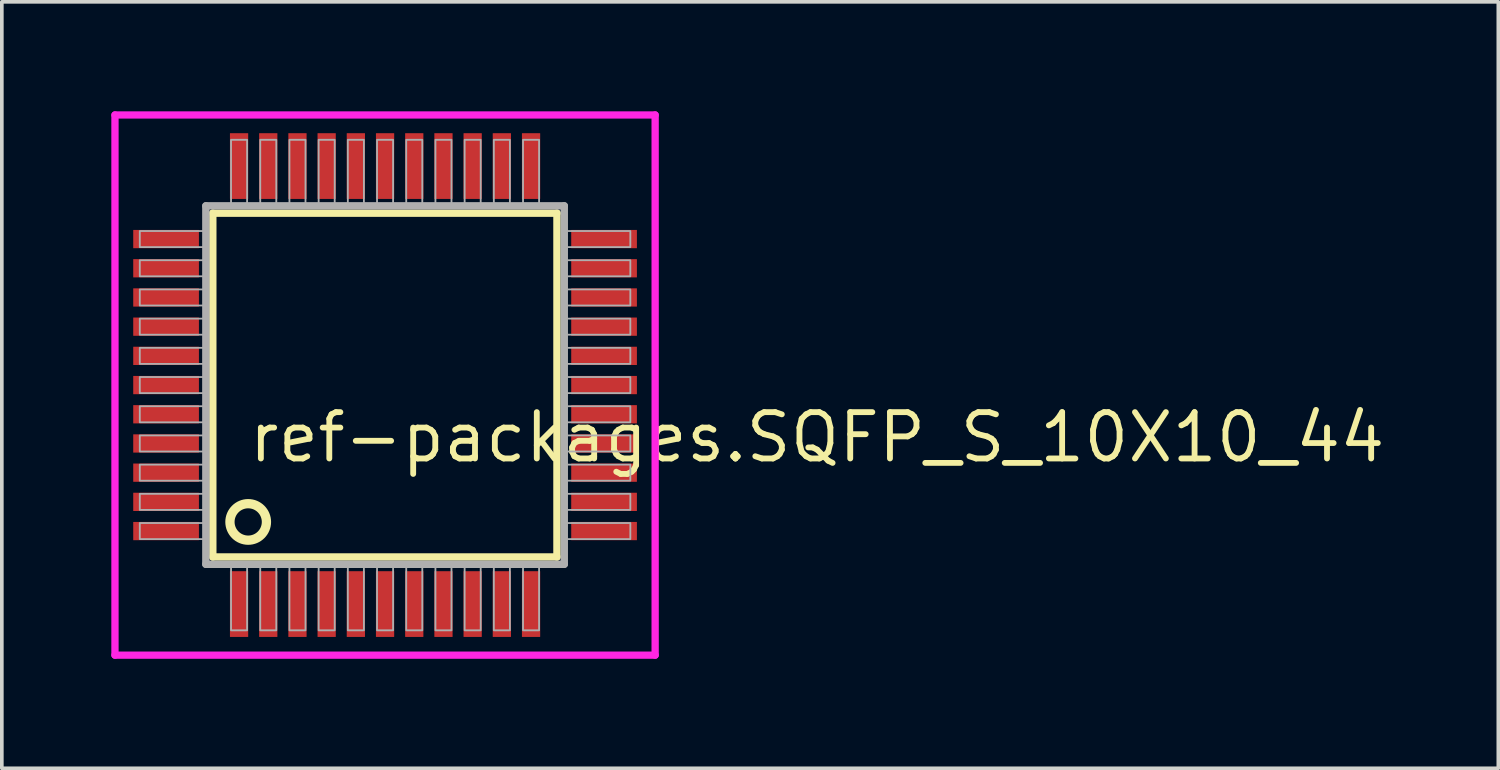
<source format=kicad_pcb>
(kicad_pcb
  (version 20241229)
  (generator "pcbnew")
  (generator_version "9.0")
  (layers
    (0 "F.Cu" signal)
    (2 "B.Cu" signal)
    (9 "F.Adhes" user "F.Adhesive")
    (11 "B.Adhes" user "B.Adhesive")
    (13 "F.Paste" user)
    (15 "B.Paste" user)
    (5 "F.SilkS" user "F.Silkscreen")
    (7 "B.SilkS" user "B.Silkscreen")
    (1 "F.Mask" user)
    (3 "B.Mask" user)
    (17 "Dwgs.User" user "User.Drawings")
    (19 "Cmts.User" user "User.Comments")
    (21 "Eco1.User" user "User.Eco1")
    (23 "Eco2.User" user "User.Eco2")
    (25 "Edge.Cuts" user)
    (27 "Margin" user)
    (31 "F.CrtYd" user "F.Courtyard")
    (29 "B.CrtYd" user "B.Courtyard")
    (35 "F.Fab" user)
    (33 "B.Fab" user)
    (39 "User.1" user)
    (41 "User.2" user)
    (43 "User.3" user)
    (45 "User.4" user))
  (footprint "ref-packages.SQFP_S_10X10_44"
    (layer "F.Cu")
    (at 7.5 7.5)
    (property "Reference" "ref-packages.SQFP_S_10X10_44" (at -3.81 2.175 0) (layer "F.SilkS") (effects (font (size 1.27 1.27) (thickness 0.16)) (justify left bottom)))
    (attr smd)
    (fp_line (start -4.72 -4.71) (end 4.71 -4.71) (stroke (width 0.203) (type default)) (layer "F.SilkS"))
    (fp_line (start -4.72 4.71) (end -4.72 -4.71) (stroke (width 0.203) (type default)) (layer "F.SilkS"))
    (fp_line (start 4.71 -4.71) (end 4.71 4.71) (stroke (width 0.203) (type default)) (layer "F.SilkS"))
    (fp_line (start 4.71 4.71) (end -4.72 4.71) (stroke (width 0.203) (type default)) (layer "F.SilkS"))
    (fp_circle (center -3.75 3.75) (end -3.25 3.75) (stroke (width 0.254) (type default)) (fill no) (layer "F.SilkS"))
    (fp_line (start -7.4 -7.4) (end 7.4 -7.4) (stroke (width 0.2) (type default)) (layer "F.CrtYd"))
    (fp_line (start -7.4 7.4) (end -7.4 -7.4) (stroke (width 0.2) (type default)) (layer "F.CrtYd"))
    (fp_line (start 7.4 -7.4) (end 7.4 7.4) (stroke (width 0.2) (type default)) (layer "F.CrtYd"))
    (fp_line (start 7.4 7.4) (end -7.4 7.4) (stroke (width 0.2) (type default)) (layer "F.CrtYd"))
    (fp_line (start -4.91 -4.91) (end -4.91 4.91) (stroke (width 0.203) (type default)) (layer "F.Fab"))
    (fp_line (start -4.91 4.91) (end 4.91 4.91) (stroke (width 0.203) (type default)) (layer "F.Fab"))
    (fp_line (start 4.91 -4.91) (end -4.91 -4.91) (stroke (width 0.203) (type default)) (layer "F.Fab"))
    (fp_line (start 4.91 4.91) (end 4.91 -4.91) (stroke (width 0.203) (type default)) (layer "F.Fab"))
    (fp_rect (start -6.72 -3.78) (end -4.95 -4.22) (stroke (width 0.05) (type default)) (fill no) (layer "F.Fab"))
    (fp_rect (start -6.72 -2.98) (end -4.95 -3.42) (stroke (width 0.05) (type default)) (fill no) (layer "F.Fab"))
    (fp_rect (start -6.72 -2.18) (end -4.95 -2.62) (stroke (width 0.05) (type default)) (fill no) (layer "F.Fab"))
    (fp_rect (start -6.72 -1.38) (end -4.95 -1.82) (stroke (width 0.05) (type default)) (fill no) (layer "F.Fab"))
    (fp_rect (start -6.72 -0.58) (end -4.95 -1.02) (stroke (width 0.05) (type default)) (fill no) (layer "F.Fab"))
    (fp_rect (start -6.72 0.22) (end -4.95 -0.22) (stroke (width 0.05) (type default)) (fill no) (layer "F.Fab"))
    (fp_rect (start -6.72 1.02) (end -4.95 0.58) (stroke (width 0.05) (type default)) (fill no) (layer "F.Fab"))
    (fp_rect (start -6.72 1.82) (end -4.95 1.38) (stroke (width 0.05) (type default)) (fill no) (layer "F.Fab"))
    (fp_rect (start -6.72 2.62) (end -4.95 2.18) (stroke (width 0.05) (type default)) (fill no) (layer "F.Fab"))
    (fp_rect (start -6.72 3.42) (end -4.95 2.98) (stroke (width 0.05) (type default)) (fill no) (layer "F.Fab"))
    (fp_rect (start -6.72 4.22) (end -4.95 3.78) (stroke (width 0.05) (type default)) (fill no) (layer "F.Fab"))
    (fp_rect (start -4.22 -4.95) (end -3.78 -6.72) (stroke (width 0.05) (type default)) (fill no) (layer "F.Fab"))
    (fp_rect (start -4.22 6.72) (end -3.78 4.95) (stroke (width 0.05) (type default)) (fill no) (layer "F.Fab"))
    (fp_rect (start -3.42 -4.95) (end -2.98 -6.72) (stroke (width 0.05) (type default)) (fill no) (layer "F.Fab"))
    (fp_rect (start -3.42 6.72) (end -2.98 4.95) (stroke (width 0.05) (type default)) (fill no) (layer "F.Fab"))
    (fp_rect (start -2.62 -4.95) (end -2.18 -6.72) (stroke (width 0.05) (type default)) (fill no) (layer "F.Fab"))
    (fp_rect (start -2.62 6.72) (end -2.18 4.95) (stroke (width 0.05) (type default)) (fill no) (layer "F.Fab"))
    (fp_rect (start -1.82 -4.95) (end -1.38 -6.72) (stroke (width 0.05) (type default)) (fill no) (layer "F.Fab"))
    (fp_rect (start -1.82 6.72) (end -1.38 4.95) (stroke (width 0.05) (type default)) (fill no) (layer "F.Fab"))
    (fp_rect (start -1.02 -4.95) (end -0.58 -6.72) (stroke (width 0.05) (type default)) (fill no) (layer "F.Fab"))
    (fp_rect (start -1.02 6.72) (end -0.58 4.95) (stroke (width 0.05) (type default)) (fill no) (layer "F.Fab"))
    (fp_rect (start -0.22 -4.95) (end 0.22 -6.72) (stroke (width 0.05) (type default)) (fill no) (layer "F.Fab"))
    (fp_rect (start -0.22 6.72) (end 0.22 4.95) (stroke (width 0.05) (type default)) (fill no) (layer "F.Fab"))
    (fp_rect (start 0.58 -4.95) (end 1.02 -6.72) (stroke (width 0.05) (type default)) (fill no) (layer "F.Fab"))
    (fp_rect (start 0.58 6.72) (end 1.02 4.95) (stroke (width 0.05) (type default)) (fill no) (layer "F.Fab"))
    (fp_rect (start 1.38 -4.95) (end 1.82 -6.72) (stroke (width 0.05) (type default)) (fill no) (layer "F.Fab"))
    (fp_rect (start 1.38 6.72) (end 1.82 4.95) (stroke (width 0.05) (type default)) (fill no) (layer "F.Fab"))
    (fp_rect (start 2.18 -4.95) (end 2.62 -6.72) (stroke (width 0.05) (type default)) (fill no) (layer "F.Fab"))
    (fp_rect (start 2.18 6.72) (end 2.62 4.95) (stroke (width 0.05) (type default)) (fill no) (layer "F.Fab"))
    (fp_rect (start 2.98 -4.95) (end 3.42 -6.72) (stroke (width 0.05) (type default)) (fill no) (layer "F.Fab"))
    (fp_rect (start 2.98 6.72) (end 3.42 4.95) (stroke (width 0.05) (type default)) (fill no) (layer "F.Fab"))
    (fp_rect (start 3.78 -4.95) (end 4.22 -6.72) (stroke (width 0.05) (type default)) (fill no) (layer "F.Fab"))
    (fp_rect (start 3.78 6.72) (end 4.22 4.95) (stroke (width 0.05) (type default)) (fill no) (layer "F.Fab"))
    (fp_rect (start 4.95 -3.78) (end 6.72 -4.22) (stroke (width 0.05) (type default)) (fill no) (layer "F.Fab"))
    (fp_rect (start 4.95 -2.98) (end 6.72 -3.42) (stroke (width 0.05) (type default)) (fill no) (layer "F.Fab"))
    (fp_rect (start 4.95 -2.18) (end 6.72 -2.62) (stroke (width 0.05) (type default)) (fill no) (layer "F.Fab"))
    (fp_rect (start 4.95 -1.38) (end 6.72 -1.82) (stroke (width 0.05) (type default)) (fill no) (layer "F.Fab"))
    (fp_rect (start 4.95 -0.58) (end 6.72 -1.02) (stroke (width 0.05) (type default)) (fill no) (layer "F.Fab"))
    (fp_rect (start 4.95 0.22) (end 6.72 -0.22) (stroke (width 0.05) (type default)) (fill no) (layer "F.Fab"))
    (fp_rect (start 4.95 1.02) (end 6.72 0.58) (stroke (width 0.05) (type default)) (fill no) (layer "F.Fab"))
    (fp_rect (start 4.95 1.82) (end 6.72 1.38) (stroke (width 0.05) (type default)) (fill no) (layer "F.Fab"))
    (fp_rect (start 4.95 2.62) (end 6.72 2.18) (stroke (width 0.05) (type default)) (fill no) (layer "F.Fab"))
    (fp_rect (start 4.95 3.42) (end 6.72 2.98) (stroke (width 0.05) (type default)) (fill no) (layer "F.Fab"))
    (fp_rect (start 4.95 4.22) (end 6.72 3.78) (stroke (width 0.05) (type default)) (fill no) (layer "F.Fab"))
    (pad "1" smd roundrect (at -4 6) (size 0.5 1.8) (layers "F.Cu" "F.Mask" "F.Paste") (roundrect_rratio 0.01))
    (pad "2" smd roundrect (at -3.2 6) (size 0.5 1.8) (layers "F.Cu" "F.Mask" "F.Paste") (roundrect_rratio 0.01))
    (pad "3" smd roundrect (at -2.4 6) (size 0.5 1.8) (layers "F.Cu" "F.Mask" "F.Paste") (roundrect_rratio 0.01))
    (pad "4" smd roundrect (at -1.6 6) (size 0.5 1.8) (layers "F.Cu" "F.Mask" "F.Paste") (roundrect_rratio 0.01))
    (pad "5" smd roundrect (at -0.8 6) (size 0.5 1.8) (layers "F.Cu" "F.Mask" "F.Paste") (roundrect_rratio 0.01))
    (pad "6" smd roundrect (at 0 6) (size 0.5 1.8) (layers "F.Cu" "F.Mask" "F.Paste") (roundrect_rratio 0.01))
    (pad "7" smd roundrect (at 0.8 6) (size 0.5 1.8) (layers "F.Cu" "F.Mask" "F.Paste") (roundrect_rratio 0.01))
    (pad "8" smd roundrect (at 1.6 6) (size 0.5 1.8) (layers "F.Cu" "F.Mask" "F.Paste") (roundrect_rratio 0.01))
    (pad "9" smd roundrect (at 2.4 6) (size 0.5 1.8) (layers "F.Cu" "F.Mask" "F.Paste") (roundrect_rratio 0.01))
    (pad "10" smd roundrect (at 3.2 6) (size 0.5 1.8) (layers "F.Cu" "F.Mask" "F.Paste") (roundrect_rratio 0.01))
    (pad "11" smd roundrect (at 4 6) (size 0.5 1.8) (layers "F.Cu" "F.Mask" "F.Paste") (roundrect_rratio 0.01))
    (pad "12" smd roundrect (at 6 4) (size 1.8 0.5) (layers "F.Cu" "F.Mask" "F.Paste") (roundrect_rratio 0.01))
    (pad "13" smd roundrect (at 6 3.2) (size 1.8 0.5) (layers "F.Cu" "F.Mask" "F.Paste") (roundrect_rratio 0.01))
    (pad "14" smd roundrect (at 6 2.4) (size 1.8 0.5) (layers "F.Cu" "F.Mask" "F.Paste") (roundrect_rratio 0.01))
    (pad "15" smd roundrect (at 6 1.6) (size 1.8 0.5) (layers "F.Cu" "F.Mask" "F.Paste") (roundrect_rratio 0.01))
    (pad "16" smd roundrect (at 6 0.8) (size 1.8 0.5) (layers "F.Cu" "F.Mask" "F.Paste") (roundrect_rratio 0.01))
    (pad "17" smd roundrect (at 6 0) (size 1.8 0.5) (layers "F.Cu" "F.Mask" "F.Paste") (roundrect_rratio 0.01))
    (pad "18" smd roundrect (at 6 -0.8) (size 1.8 0.5) (layers "F.Cu" "F.Mask" "F.Paste") (roundrect_rratio 0.01))
    (pad "19" smd roundrect (at 6 -1.6) (size 1.8 0.5) (layers "F.Cu" "F.Mask" "F.Paste") (roundrect_rratio 0.01))
    (pad "20" smd roundrect (at 6 -2.4) (size 1.8 0.5) (layers "F.Cu" "F.Mask" "F.Paste") (roundrect_rratio 0.01))
    (pad "21" smd roundrect (at 6 -3.2) (size 1.8 0.5) (layers "F.Cu" "F.Mask" "F.Paste") (roundrect_rratio 0.01))
    (pad "22" smd roundrect (at 6 -4) (size 1.8 0.5) (layers "F.Cu" "F.Mask" "F.Paste") (roundrect_rratio 0.01))
    (pad "23" smd roundrect (at 4 -6) (size 0.5 1.8) (layers "F.Cu" "F.Mask" "F.Paste") (roundrect_rratio 0.01))
    (pad "24" smd roundrect (at 3.2 -6) (size 0.5 1.8) (layers "F.Cu" "F.Mask" "F.Paste") (roundrect_rratio 0.01))
    (pad "25" smd roundrect (at 2.4 -6) (size 0.5 1.8) (layers "F.Cu" "F.Mask" "F.Paste") (roundrect_rratio 0.01))
    (pad "26" smd roundrect (at 1.6 -6) (size 0.5 1.8) (layers "F.Cu" "F.Mask" "F.Paste") (roundrect_rratio 0.01))
    (pad "27" smd roundrect (at 0.8 -6) (size 0.5 1.8) (layers "F.Cu" "F.Mask" "F.Paste") (roundrect_rratio 0.01))
    (pad "28" smd roundrect (at 0 -6) (size 0.5 1.8) (layers "F.Cu" "F.Mask" "F.Paste") (roundrect_rratio 0.01))
    (pad "29" smd roundrect (at -0.8 -6) (size 0.5 1.8) (layers "F.Cu" "F.Mask" "F.Paste") (roundrect_rratio 0.01))
    (pad "30" smd roundrect (at -1.6 -6) (size 0.5 1.8) (layers "F.Cu" "F.Mask" "F.Paste") (roundrect_rratio 0.01))
    (pad "31" smd roundrect (at -2.4 -6) (size 0.5 1.8) (layers "F.Cu" "F.Mask" "F.Paste") (roundrect_rratio 0.01))
    (pad "32" smd roundrect (at -3.2 -6) (size 0.5 1.8) (layers "F.Cu" "F.Mask" "F.Paste") (roundrect_rratio 0.01))
    (pad "33" smd roundrect (at -4 -6) (size 0.5 1.8) (layers "F.Cu" "F.Mask" "F.Paste") (roundrect_rratio 0.01))
    (pad "34" smd roundrect (at -6 -4) (size 1.8 0.5) (layers "F.Cu" "F.Mask" "F.Paste") (roundrect_rratio 0.01))
    (pad "35" smd roundrect (at -6 -3.2) (size 1.8 0.5) (layers "F.Cu" "F.Mask" "F.Paste") (roundrect_rratio 0.01))
    (pad "36" smd roundrect (at -6 -2.4) (size 1.8 0.5) (layers "F.Cu" "F.Mask" "F.Paste") (roundrect_rratio 0.01))
    (pad "37" smd roundrect (at -6 -1.6) (size 1.8 0.5) (layers "F.Cu" "F.Mask" "F.Paste") (roundrect_rratio 0.01))
    (pad "38" smd roundrect (at -6 -0.8) (size 1.8 0.5) (layers "F.Cu" "F.Mask" "F.Paste") (roundrect_rratio 0.01))
    (pad "39" smd roundrect (at -6 0) (size 1.8 0.5) (layers "F.Cu" "F.Mask" "F.Paste") (roundrect_rratio 0.01))
    (pad "40" smd roundrect (at -6 0.8) (size 1.8 0.5) (layers "F.Cu" "F.Mask" "F.Paste") (roundrect_rratio 0.01))
    (pad "41" smd roundrect (at -6 1.6) (size 1.8 0.5) (layers "F.Cu" "F.Mask" "F.Paste") (roundrect_rratio 0.01))
    (pad "42" smd roundrect (at -6 2.4) (size 1.8 0.5) (layers "F.Cu" "F.Mask" "F.Paste") (roundrect_rratio 0.01))
    (pad "43" smd roundrect (at -6 3.2) (size 1.8 0.5) (layers "F.Cu" "F.Mask" "F.Paste") (roundrect_rratio 0.01))
    (pad "44" smd roundrect (at -6 4) (size 1.8 0.5) (layers "F.Cu" "F.Mask" "F.Paste") (roundrect_rratio 0.01)))
  (gr_rect
    (start -3 -3)
    (end 38.001 18)
    (stroke (width 0.1) (type default))
    (fill no)
    (layer "Edge.Cuts")))
</source>
